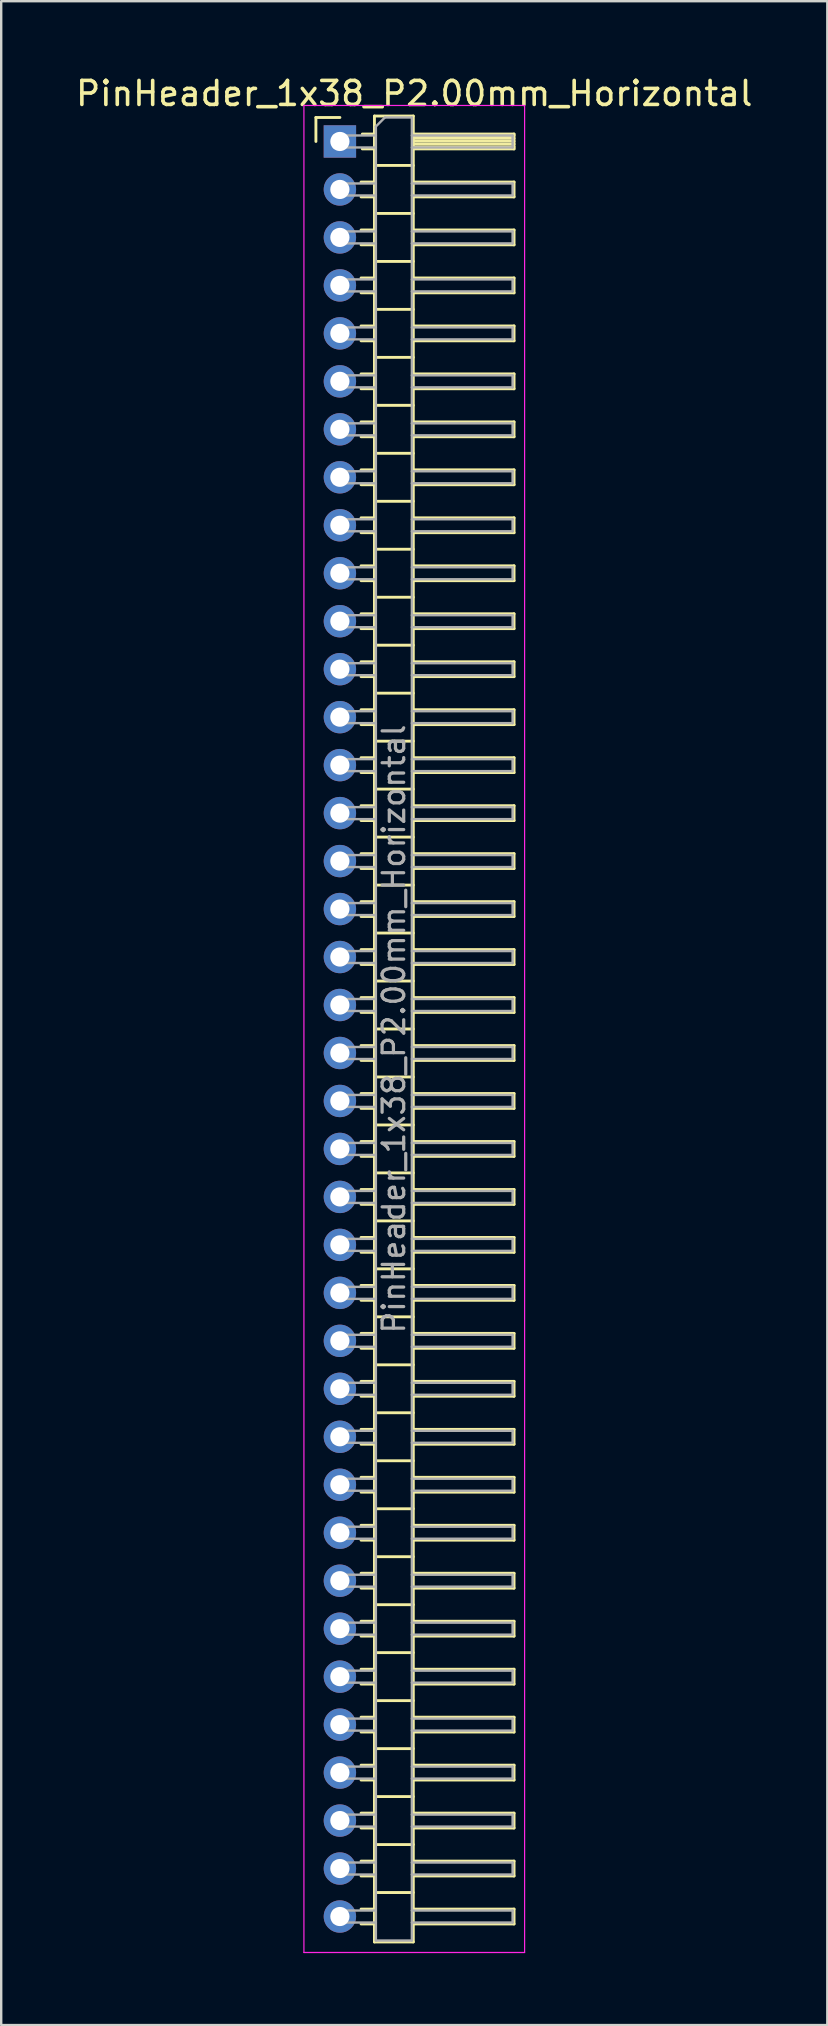
<source format=kicad_pcb>
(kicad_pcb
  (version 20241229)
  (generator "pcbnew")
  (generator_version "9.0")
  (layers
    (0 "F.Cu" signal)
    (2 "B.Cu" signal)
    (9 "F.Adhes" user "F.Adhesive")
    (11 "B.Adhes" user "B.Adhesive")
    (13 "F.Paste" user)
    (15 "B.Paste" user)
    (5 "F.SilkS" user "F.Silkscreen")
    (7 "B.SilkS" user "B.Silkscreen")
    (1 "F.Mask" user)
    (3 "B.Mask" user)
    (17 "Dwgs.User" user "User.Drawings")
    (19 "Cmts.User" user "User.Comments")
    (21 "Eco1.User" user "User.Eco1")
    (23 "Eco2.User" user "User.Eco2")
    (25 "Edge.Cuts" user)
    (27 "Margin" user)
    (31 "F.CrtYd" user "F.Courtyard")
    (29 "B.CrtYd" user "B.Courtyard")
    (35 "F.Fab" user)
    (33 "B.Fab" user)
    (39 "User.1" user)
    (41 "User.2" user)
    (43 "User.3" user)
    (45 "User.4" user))
  (footprint "PinHeader_1x38_P2.00mm_Horizontal"
    (layer "F.Cu")
    (at 11.12 2.848)
    (property "Reference" "PinHeader_1x38_P2.00mm_Horizontal" (at 3.1 -2 0) (layer "F.SilkS") (effects (font (size 1 1) (thickness 0.15))))
    (attr through_hole)
    (fp_line (start -1 -1) (end 0 -1) (stroke (width 0.12) (type solid)) (layer "F.SilkS"))
    (fp_line (start -1 0) (end -1 -1) (stroke (width 0.12) (type solid)) (layer "F.SilkS"))
    (fp_line (start 0.882 1.69) (end 1.44 1.69) (stroke (width 0.12) (type solid)) (layer "F.SilkS"))
    (fp_line (start 0.882 2.31) (end 1.44 2.31) (stroke (width 0.12) (type solid)) (layer "F.SilkS"))
    (fp_line (start 0.882 3.69) (end 1.44 3.69) (stroke (width 0.12) (type solid)) (layer "F.SilkS"))
    (fp_line (start 0.882 4.31) (end 1.44 4.31) (stroke (width 0.12) (type solid)) (layer "F.SilkS"))
    (fp_line (start 0.882 5.69) (end 1.44 5.69) (stroke (width 0.12) (type solid)) (layer "F.SilkS"))
    (fp_line (start 0.882 6.31) (end 1.44 6.31) (stroke (width 0.12) (type solid)) (layer "F.SilkS"))
    (fp_line (start 0.882 7.69) (end 1.44 7.69) (stroke (width 0.12) (type solid)) (layer "F.SilkS"))
    (fp_line (start 0.882 8.31) (end 1.44 8.31) (stroke (width 0.12) (type solid)) (layer "F.SilkS"))
    (fp_line (start 0.882 9.69) (end 1.44 9.69) (stroke (width 0.12) (type solid)) (layer "F.SilkS"))
    (fp_line (start 0.882 10.31) (end 1.44 10.31) (stroke (width 0.12) (type solid)) (layer "F.SilkS"))
    (fp_line (start 0.882 11.69) (end 1.44 11.69) (stroke (width 0.12) (type solid)) (layer "F.SilkS"))
    (fp_line (start 0.882 12.31) (end 1.44 12.31) (stroke (width 0.12) (type solid)) (layer "F.SilkS"))
    (fp_line (start 0.882 13.69) (end 1.44 13.69) (stroke (width 0.12) (type solid)) (layer "F.SilkS"))
    (fp_line (start 0.882 14.31) (end 1.44 14.31) (stroke (width 0.12) (type solid)) (layer "F.SilkS"))
    (fp_line (start 0.882 15.69) (end 1.44 15.69) (stroke (width 0.12) (type solid)) (layer "F.SilkS"))
    (fp_line (start 0.882 16.31) (end 1.44 16.31) (stroke (width 0.12) (type solid)) (layer "F.SilkS"))
    (fp_line (start 0.882 17.69) (end 1.44 17.69) (stroke (width 0.12) (type solid)) (layer "F.SilkS"))
    (fp_line (start 0.882 18.31) (end 1.44 18.31) (stroke (width 0.12) (type solid)) (layer "F.SilkS"))
    (fp_line (start 0.882 19.69) (end 1.44 19.69) (stroke (width 0.12) (type solid)) (layer "F.SilkS"))
    (fp_line (start 0.882 20.31) (end 1.44 20.31) (stroke (width 0.12) (type solid)) (layer "F.SilkS"))
    (fp_line (start 0.882 21.69) (end 1.44 21.69) (stroke (width 0.12) (type solid)) (layer "F.SilkS"))
    (fp_line (start 0.882 22.31) (end 1.44 22.31) (stroke (width 0.12) (type solid)) (layer "F.SilkS"))
    (fp_line (start 0.882 23.69) (end 1.44 23.69) (stroke (width 0.12) (type solid)) (layer "F.SilkS"))
    (fp_line (start 0.882 24.31) (end 1.44 24.31) (stroke (width 0.12) (type solid)) (layer "F.SilkS"))
    (fp_line (start 0.882 25.69) (end 1.44 25.69) (stroke (width 0.12) (type solid)) (layer "F.SilkS"))
    (fp_line (start 0.882 26.31) (end 1.44 26.31) (stroke (width 0.12) (type solid)) (layer "F.SilkS"))
    (fp_line (start 0.882 27.69) (end 1.44 27.69) (stroke (width 0.12) (type solid)) (layer "F.SilkS"))
    (fp_line (start 0.882 28.31) (end 1.44 28.31) (stroke (width 0.12) (type solid)) (layer "F.SilkS"))
    (fp_line (start 0.882 29.69) (end 1.44 29.69) (stroke (width 0.12) (type solid)) (layer "F.SilkS"))
    (fp_line (start 0.882 30.31) (end 1.44 30.31) (stroke (width 0.12) (type solid)) (layer "F.SilkS"))
    (fp_line (start 0.882 31.69) (end 1.44 31.69) (stroke (width 0.12) (type solid)) (layer "F.SilkS"))
    (fp_line (start 0.882 32.31) (end 1.44 32.31) (stroke (width 0.12) (type solid)) (layer "F.SilkS"))
    (fp_line (start 0.882 33.69) (end 1.44 33.69) (stroke (width 0.12) (type solid)) (layer "F.SilkS"))
    (fp_line (start 0.882 34.31) (end 1.44 34.31) (stroke (width 0.12) (type solid)) (layer "F.SilkS"))
    (fp_line (start 0.882 35.69) (end 1.44 35.69) (stroke (width 0.12) (type solid)) (layer "F.SilkS"))
    (fp_line (start 0.882 36.31) (end 1.44 36.31) (stroke (width 0.12) (type solid)) (layer "F.SilkS"))
    (fp_line (start 0.882 37.69) (end 1.44 37.69) (stroke (width 0.12) (type solid)) (layer "F.SilkS"))
    (fp_line (start 0.882 38.31) (end 1.44 38.31) (stroke (width 0.12) (type solid)) (layer "F.SilkS"))
    (fp_line (start 0.882 39.69) (end 1.44 39.69) (stroke (width 0.12) (type solid)) (layer "F.SilkS"))
    (fp_line (start 0.882 40.31) (end 1.44 40.31) (stroke (width 0.12) (type solid)) (layer "F.SilkS"))
    (fp_line (start 0.882 41.69) (end 1.44 41.69) (stroke (width 0.12) (type solid)) (layer "F.SilkS"))
    (fp_line (start 0.882 42.31) (end 1.44 42.31) (stroke (width 0.12) (type solid)) (layer "F.SilkS"))
    (fp_line (start 0.882 43.69) (end 1.44 43.69) (stroke (width 0.12) (type solid)) (layer "F.SilkS"))
    (fp_line (start 0.882 44.31) (end 1.44 44.31) (stroke (width 0.12) (type solid)) (layer "F.SilkS"))
    (fp_line (start 0.882 45.69) (end 1.44 45.69) (stroke (width 0.12) (type solid)) (layer "F.SilkS"))
    (fp_line (start 0.882 46.31) (end 1.44 46.31) (stroke (width 0.12) (type solid)) (layer "F.SilkS"))
    (fp_line (start 0.882 47.69) (end 1.44 47.69) (stroke (width 0.12) (type solid)) (layer "F.SilkS"))
    (fp_line (start 0.882 48.31) (end 1.44 48.31) (stroke (width 0.12) (type solid)) (layer "F.SilkS"))
    (fp_line (start 0.882 49.69) (end 1.44 49.69) (stroke (width 0.12) (type solid)) (layer "F.SilkS"))
    (fp_line (start 0.882 50.31) (end 1.44 50.31) (stroke (width 0.12) (type solid)) (layer "F.SilkS"))
    (fp_line (start 0.882 51.69) (end 1.44 51.69) (stroke (width 0.12) (type solid)) (layer "F.SilkS"))
    (fp_line (start 0.882 52.31) (end 1.44 52.31) (stroke (width 0.12) (type solid)) (layer "F.SilkS"))
    (fp_line (start 0.882 53.69) (end 1.44 53.69) (stroke (width 0.12) (type solid)) (layer "F.SilkS"))
    (fp_line (start 0.882 54.31) (end 1.44 54.31) (stroke (width 0.12) (type solid)) (layer "F.SilkS"))
    (fp_line (start 0.882 55.69) (end 1.44 55.69) (stroke (width 0.12) (type solid)) (layer "F.SilkS"))
    (fp_line (start 0.882 56.31) (end 1.44 56.31) (stroke (width 0.12) (type solid)) (layer "F.SilkS"))
    (fp_line (start 0.882 57.69) (end 1.44 57.69) (stroke (width 0.12) (type solid)) (layer "F.SilkS"))
    (fp_line (start 0.882 58.31) (end 1.44 58.31) (stroke (width 0.12) (type solid)) (layer "F.SilkS"))
    (fp_line (start 0.882 59.69) (end 1.44 59.69) (stroke (width 0.12) (type solid)) (layer "F.SilkS"))
    (fp_line (start 0.882 60.31) (end 1.44 60.31) (stroke (width 0.12) (type solid)) (layer "F.SilkS"))
    (fp_line (start 0.882 61.69) (end 1.44 61.69) (stroke (width 0.12) (type solid)) (layer "F.SilkS"))
    (fp_line (start 0.882 62.31) (end 1.44 62.31) (stroke (width 0.12) (type solid)) (layer "F.SilkS"))
    (fp_line (start 0.882 63.69) (end 1.44 63.69) (stroke (width 0.12) (type solid)) (layer "F.SilkS"))
    (fp_line (start 0.882 64.31) (end 1.44 64.31) (stroke (width 0.12) (type solid)) (layer "F.SilkS"))
    (fp_line (start 0.882 65.69) (end 1.44 65.69) (stroke (width 0.12) (type solid)) (layer "F.SilkS"))
    (fp_line (start 0.882 66.31) (end 1.44 66.31) (stroke (width 0.12) (type solid)) (layer "F.SilkS"))
    (fp_line (start 0.882 67.69) (end 1.44 67.69) (stroke (width 0.12) (type solid)) (layer "F.SilkS"))
    (fp_line (start 0.882 68.31) (end 1.44 68.31) (stroke (width 0.12) (type solid)) (layer "F.SilkS"))
    (fp_line (start 0.882 69.69) (end 1.44 69.69) (stroke (width 0.12) (type solid)) (layer "F.SilkS"))
    (fp_line (start 0.882 70.31) (end 1.44 70.31) (stroke (width 0.12) (type solid)) (layer "F.SilkS"))
    (fp_line (start 0.882 71.69) (end 1.44 71.69) (stroke (width 0.12) (type solid)) (layer "F.SilkS"))
    (fp_line (start 0.882 72.31) (end 1.44 72.31) (stroke (width 0.12) (type solid)) (layer "F.SilkS"))
    (fp_line (start 0.882 73.69) (end 1.44 73.69) (stroke (width 0.12) (type solid)) (layer "F.SilkS"))
    (fp_line (start 0.882 74.31) (end 1.44 74.31) (stroke (width 0.12) (type solid)) (layer "F.SilkS"))
    (fp_line (start 0.935 -0.31) (end 1.44 -0.31) (stroke (width 0.12) (type solid)) (layer "F.SilkS"))
    (fp_line (start 0.935 0.31) (end 1.44 0.31) (stroke (width 0.12) (type solid)) (layer "F.SilkS"))
    (fp_line (start 1.44 -1.06) (end 1.44 75.06) (stroke (width 0.12) (type solid)) (layer "F.SilkS"))
    (fp_line (start 1.44 1) (end 3.06 1) (stroke (width 0.12) (type solid)) (layer "F.SilkS"))
    (fp_line (start 1.44 3) (end 3.06 3) (stroke (width 0.12) (type solid)) (layer "F.SilkS"))
    (fp_line (start 1.44 5) (end 3.06 5) (stroke (width 0.12) (type solid)) (layer "F.SilkS"))
    (fp_line (start 1.44 7) (end 3.06 7) (stroke (width 0.12) (type solid)) (layer "F.SilkS"))
    (fp_line (start 1.44 9) (end 3.06 9) (stroke (width 0.12) (type solid)) (layer "F.SilkS"))
    (fp_line (start 1.44 11) (end 3.06 11) (stroke (width 0.12) (type solid)) (layer "F.SilkS"))
    (fp_line (start 1.44 13) (end 3.06 13) (stroke (width 0.12) (type solid)) (layer "F.SilkS"))
    (fp_line (start 1.44 15) (end 3.06 15) (stroke (width 0.12) (type solid)) (layer "F.SilkS"))
    (fp_line (start 1.44 17) (end 3.06 17) (stroke (width 0.12) (type solid)) (layer "F.SilkS"))
    (fp_line (start 1.44 19) (end 3.06 19) (stroke (width 0.12) (type solid)) (layer "F.SilkS"))
    (fp_line (start 1.44 21) (end 3.06 21) (stroke (width 0.12) (type solid)) (layer "F.SilkS"))
    (fp_line (start 1.44 23) (end 3.06 23) (stroke (width 0.12) (type solid)) (layer "F.SilkS"))
    (fp_line (start 1.44 25) (end 3.06 25) (stroke (width 0.12) (type solid)) (layer "F.SilkS"))
    (fp_line (start 1.44 27) (end 3.06 27) (stroke (width 0.12) (type solid)) (layer "F.SilkS"))
    (fp_line (start 1.44 29) (end 3.06 29) (stroke (width 0.12) (type solid)) (layer "F.SilkS"))
    (fp_line (start 1.44 31) (end 3.06 31) (stroke (width 0.12) (type solid)) (layer "F.SilkS"))
    (fp_line (start 1.44 33) (end 3.06 33) (stroke (width 0.12) (type solid)) (layer "F.SilkS"))
    (fp_line (start 1.44 35) (end 3.06 35) (stroke (width 0.12) (type solid)) (layer "F.SilkS"))
    (fp_line (start 1.44 37) (end 3.06 37) (stroke (width 0.12) (type solid)) (layer "F.SilkS"))
    (fp_line (start 1.44 39) (end 3.06 39) (stroke (width 0.12) (type solid)) (layer "F.SilkS"))
    (fp_line (start 1.44 41) (end 3.06 41) (stroke (width 0.12) (type solid)) (layer "F.SilkS"))
    (fp_line (start 1.44 43) (end 3.06 43) (stroke (width 0.12) (type solid)) (layer "F.SilkS"))
    (fp_line (start 1.44 45) (end 3.06 45) (stroke (width 0.12) (type solid)) (layer "F.SilkS"))
    (fp_line (start 1.44 47) (end 3.06 47) (stroke (width 0.12) (type solid)) (layer "F.SilkS"))
    (fp_line (start 1.44 49) (end 3.06 49) (stroke (width 0.12) (type solid)) (layer "F.SilkS"))
    (fp_line (start 1.44 51) (end 3.06 51) (stroke (width 0.12) (type solid)) (layer "F.SilkS"))
    (fp_line (start 1.44 53) (end 3.06 53) (stroke (width 0.12) (type solid)) (layer "F.SilkS"))
    (fp_line (start 1.44 55) (end 3.06 55) (stroke (width 0.12) (type solid)) (layer "F.SilkS"))
    (fp_line (start 1.44 57) (end 3.06 57) (stroke (width 0.12) (type solid)) (layer "F.SilkS"))
    (fp_line (start 1.44 59) (end 3.06 59) (stroke (width 0.12) (type solid)) (layer "F.SilkS"))
    (fp_line (start 1.44 61) (end 3.06 61) (stroke (width 0.12) (type solid)) (layer "F.SilkS"))
    (fp_line (start 1.44 63) (end 3.06 63) (stroke (width 0.12) (type solid)) (layer "F.SilkS"))
    (fp_line (start 1.44 65) (end 3.06 65) (stroke (width 0.12) (type solid)) (layer "F.SilkS"))
    (fp_line (start 1.44 67) (end 3.06 67) (stroke (width 0.12) (type solid)) (layer "F.SilkS"))
    (fp_line (start 1.44 69) (end 3.06 69) (stroke (width 0.12) (type solid)) (layer "F.SilkS"))
    (fp_line (start 1.44 71) (end 3.06 71) (stroke (width 0.12) (type solid)) (layer "F.SilkS"))
    (fp_line (start 1.44 73) (end 3.06 73) (stroke (width 0.12) (type solid)) (layer "F.SilkS"))
    (fp_line (start 1.44 75.06) (end 3.06 75.06) (stroke (width 0.12) (type solid)) (layer "F.SilkS"))
    (fp_line (start 3.06 -1.06) (end 1.44 -1.06) (stroke (width 0.12) (type solid)) (layer "F.SilkS"))
    (fp_line (start 3.06 -0.31) (end 7.26 -0.31) (stroke (width 0.12) (type solid)) (layer "F.SilkS"))
    (fp_line (start 3.06 -0.25) (end 7.26 -0.25) (stroke (width 0.12) (type solid)) (layer "F.SilkS"))
    (fp_line (start 3.06 -0.13) (end 7.26 -0.13) (stroke (width 0.12) (type solid)) (layer "F.SilkS"))
    (fp_line (start 3.06 -0.01) (end 7.26 -0.01) (stroke (width 0.12) (type solid)) (layer "F.SilkS"))
    (fp_line (start 3.06 0.11) (end 7.26 0.11) (stroke (width 0.12) (type solid)) (layer "F.SilkS"))
    (fp_line (start 3.06 0.23) (end 7.26 0.23) (stroke (width 0.12) (type solid)) (layer "F.SilkS"))
    (fp_line (start 3.06 1.69) (end 7.26 1.69) (stroke (width 0.12) (type solid)) (layer "F.SilkS"))
    (fp_line (start 3.06 3.69) (end 7.26 3.69) (stroke (width 0.12) (type solid)) (layer "F.SilkS"))
    (fp_line (start 3.06 5.69) (end 7.26 5.69) (stroke (width 0.12) (type solid)) (layer "F.SilkS"))
    (fp_line (start 3.06 7.69) (end 7.26 7.69) (stroke (width 0.12) (type solid)) (layer "F.SilkS"))
    (fp_line (start 3.06 9.69) (end 7.26 9.69) (stroke (width 0.12) (type solid)) (layer "F.SilkS"))
    (fp_line (start 3.06 11.69) (end 7.26 11.69) (stroke (width 0.12) (type solid)) (layer "F.SilkS"))
    (fp_line (start 3.06 13.69) (end 7.26 13.69) (stroke (width 0.12) (type solid)) (layer "F.SilkS"))
    (fp_line (start 3.06 15.69) (end 7.26 15.69) (stroke (width 0.12) (type solid)) (layer "F.SilkS"))
    (fp_line (start 3.06 17.69) (end 7.26 17.69) (stroke (width 0.12) (type solid)) (layer "F.SilkS"))
    (fp_line (start 3.06 19.69) (end 7.26 19.69) (stroke (width 0.12) (type solid)) (layer "F.SilkS"))
    (fp_line (start 3.06 21.69) (end 7.26 21.69) (stroke (width 0.12) (type solid)) (layer "F.SilkS"))
    (fp_line (start 3.06 23.69) (end 7.26 23.69) (stroke (width 0.12) (type solid)) (layer "F.SilkS"))
    (fp_line (start 3.06 25.69) (end 7.26 25.69) (stroke (width 0.12) (type solid)) (layer "F.SilkS"))
    (fp_line (start 3.06 27.69) (end 7.26 27.69) (stroke (width 0.12) (type solid)) (layer "F.SilkS"))
    (fp_line (start 3.06 29.69) (end 7.26 29.69) (stroke (width 0.12) (type solid)) (layer "F.SilkS"))
    (fp_line (start 3.06 31.69) (end 7.26 31.69) (stroke (width 0.12) (type solid)) (layer "F.SilkS"))
    (fp_line (start 3.06 33.69) (end 7.26 33.69) (stroke (width 0.12) (type solid)) (layer "F.SilkS"))
    (fp_line (start 3.06 35.69) (end 7.26 35.69) (stroke (width 0.12) (type solid)) (layer "F.SilkS"))
    (fp_line (start 3.06 37.69) (end 7.26 37.69) (stroke (width 0.12) (type solid)) (layer "F.SilkS"))
    (fp_line (start 3.06 39.69) (end 7.26 39.69) (stroke (width 0.12) (type solid)) (layer "F.SilkS"))
    (fp_line (start 3.06 41.69) (end 7.26 41.69) (stroke (width 0.12) (type solid)) (layer "F.SilkS"))
    (fp_line (start 3.06 43.69) (end 7.26 43.69) (stroke (width 0.12) (type solid)) (layer "F.SilkS"))
    (fp_line (start 3.06 45.69) (end 7.26 45.69) (stroke (width 0.12) (type solid)) (layer "F.SilkS"))
    (fp_line (start 3.06 47.69) (end 7.26 47.69) (stroke (width 0.12) (type solid)) (layer "F.SilkS"))
    (fp_line (start 3.06 49.69) (end 7.26 49.69) (stroke (width 0.12) (type solid)) (layer "F.SilkS"))
    (fp_line (start 3.06 51.69) (end 7.26 51.69) (stroke (width 0.12) (type solid)) (layer "F.SilkS"))
    (fp_line (start 3.06 53.69) (end 7.26 53.69) (stroke (width 0.12) (type solid)) (layer "F.SilkS"))
    (fp_line (start 3.06 55.69) (end 7.26 55.69) (stroke (width 0.12) (type solid)) (layer "F.SilkS"))
    (fp_line (start 3.06 57.69) (end 7.26 57.69) (stroke (width 0.12) (type solid)) (layer "F.SilkS"))
    (fp_line (start 3.06 59.69) (end 7.26 59.69) (stroke (width 0.12) (type solid)) (layer "F.SilkS"))
    (fp_line (start 3.06 61.69) (end 7.26 61.69) (stroke (width 0.12) (type solid)) (layer "F.SilkS"))
    (fp_line (start 3.06 63.69) (end 7.26 63.69) (stroke (width 0.12) (type solid)) (layer "F.SilkS"))
    (fp_line (start 3.06 65.69) (end 7.26 65.69) (stroke (width 0.12) (type solid)) (layer "F.SilkS"))
    (fp_line (start 3.06 67.69) (end 7.26 67.69) (stroke (width 0.12) (type solid)) (layer "F.SilkS"))
    (fp_line (start 3.06 69.69) (end 7.26 69.69) (stroke (width 0.12) (type solid)) (layer "F.SilkS"))
    (fp_line (start 3.06 71.69) (end 7.26 71.69) (stroke (width 0.12) (type solid)) (layer "F.SilkS"))
    (fp_line (start 3.06 73.69) (end 7.26 73.69) (stroke (width 0.12) (type solid)) (layer "F.SilkS"))
    (fp_line (start 3.06 75.06) (end 3.06 -1.06) (stroke (width 0.12) (type solid)) (layer "F.SilkS"))
    (fp_line (start 7.26 -0.31) (end 7.26 0.31) (stroke (width 0.12) (type solid)) (layer "F.SilkS"))
    (fp_line (start 7.26 0.31) (end 3.06 0.31) (stroke (width 0.12) (type solid)) (layer "F.SilkS"))
    (fp_line (start 7.26 1.69) (end 7.26 2.31) (stroke (width 0.12) (type solid)) (layer "F.SilkS"))
    (fp_line (start 7.26 2.31) (end 3.06 2.31) (stroke (width 0.12) (type solid)) (layer "F.SilkS"))
    (fp_line (start 7.26 3.69) (end 7.26 4.31) (stroke (width 0.12) (type solid)) (layer "F.SilkS"))
    (fp_line (start 7.26 4.31) (end 3.06 4.31) (stroke (width 0.12) (type solid)) (layer "F.SilkS"))
    (fp_line (start 7.26 5.69) (end 7.26 6.31) (stroke (width 0.12) (type solid)) (layer "F.SilkS"))
    (fp_line (start 7.26 6.31) (end 3.06 6.31) (stroke (width 0.12) (type solid)) (layer "F.SilkS"))
    (fp_line (start 7.26 7.69) (end 7.26 8.31) (stroke (width 0.12) (type solid)) (layer "F.SilkS"))
    (fp_line (start 7.26 8.31) (end 3.06 8.31) (stroke (width 0.12) (type solid)) (layer "F.SilkS"))
    (fp_line (start 7.26 9.69) (end 7.26 10.31) (stroke (width 0.12) (type solid)) (layer "F.SilkS"))
    (fp_line (start 7.26 10.31) (end 3.06 10.31) (stroke (width 0.12) (type solid)) (layer "F.SilkS"))
    (fp_line (start 7.26 11.69) (end 7.26 12.31) (stroke (width 0.12) (type solid)) (layer "F.SilkS"))
    (fp_line (start 7.26 12.31) (end 3.06 12.31) (stroke (width 0.12) (type solid)) (layer "F.SilkS"))
    (fp_line (start 7.26 13.69) (end 7.26 14.31) (stroke (width 0.12) (type solid)) (layer "F.SilkS"))
    (fp_line (start 7.26 14.31) (end 3.06 14.31) (stroke (width 0.12) (type solid)) (layer "F.SilkS"))
    (fp_line (start 7.26 15.69) (end 7.26 16.31) (stroke (width 0.12) (type solid)) (layer "F.SilkS"))
    (fp_line (start 7.26 16.31) (end 3.06 16.31) (stroke (width 0.12) (type solid)) (layer "F.SilkS"))
    (fp_line (start 7.26 17.69) (end 7.26 18.31) (stroke (width 0.12) (type solid)) (layer "F.SilkS"))
    (fp_line (start 7.26 18.31) (end 3.06 18.31) (stroke (width 0.12) (type solid)) (layer "F.SilkS"))
    (fp_line (start 7.26 19.69) (end 7.26 20.31) (stroke (width 0.12) (type solid)) (layer "F.SilkS"))
    (fp_line (start 7.26 20.31) (end 3.06 20.31) (stroke (width 0.12) (type solid)) (layer "F.SilkS"))
    (fp_line (start 7.26 21.69) (end 7.26 22.31) (stroke (width 0.12) (type solid)) (layer "F.SilkS"))
    (fp_line (start 7.26 22.31) (end 3.06 22.31) (stroke (width 0.12) (type solid)) (layer "F.SilkS"))
    (fp_line (start 7.26 23.69) (end 7.26 24.31) (stroke (width 0.12) (type solid)) (layer "F.SilkS"))
    (fp_line (start 7.26 24.31) (end 3.06 24.31) (stroke (width 0.12) (type solid)) (layer "F.SilkS"))
    (fp_line (start 7.26 25.69) (end 7.26 26.31) (stroke (width 0.12) (type solid)) (layer "F.SilkS"))
    (fp_line (start 7.26 26.31) (end 3.06 26.31) (stroke (width 0.12) (type solid)) (layer "F.SilkS"))
    (fp_line (start 7.26 27.69) (end 7.26 28.31) (stroke (width 0.12) (type solid)) (layer "F.SilkS"))
    (fp_line (start 7.26 28.31) (end 3.06 28.31) (stroke (width 0.12) (type solid)) (layer "F.SilkS"))
    (fp_line (start 7.26 29.69) (end 7.26 30.31) (stroke (width 0.12) (type solid)) (layer "F.SilkS"))
    (fp_line (start 7.26 30.31) (end 3.06 30.31) (stroke (width 0.12) (type solid)) (layer "F.SilkS"))
    (fp_line (start 7.26 31.69) (end 7.26 32.31) (stroke (width 0.12) (type solid)) (layer "F.SilkS"))
    (fp_line (start 7.26 32.31) (end 3.06 32.31) (stroke (width 0.12) (type solid)) (layer "F.SilkS"))
    (fp_line (start 7.26 33.69) (end 7.26 34.31) (stroke (width 0.12) (type solid)) (layer "F.SilkS"))
    (fp_line (start 7.26 34.31) (end 3.06 34.31) (stroke (width 0.12) (type solid)) (layer "F.SilkS"))
    (fp_line (start 7.26 35.69) (end 7.26 36.31) (stroke (width 0.12) (type solid)) (layer "F.SilkS"))
    (fp_line (start 7.26 36.31) (end 3.06 36.31) (stroke (width 0.12) (type solid)) (layer "F.SilkS"))
    (fp_line (start 7.26 37.69) (end 7.26 38.31) (stroke (width 0.12) (type solid)) (layer "F.SilkS"))
    (fp_line (start 7.26 38.31) (end 3.06 38.31) (stroke (width 0.12) (type solid)) (layer "F.SilkS"))
    (fp_line (start 7.26 39.69) (end 7.26 40.31) (stroke (width 0.12) (type solid)) (layer "F.SilkS"))
    (fp_line (start 7.26 40.31) (end 3.06 40.31) (stroke (width 0.12) (type solid)) (layer "F.SilkS"))
    (fp_line (start 7.26 41.69) (end 7.26 42.31) (stroke (width 0.12) (type solid)) (layer "F.SilkS"))
    (fp_line (start 7.26 42.31) (end 3.06 42.31) (stroke (width 0.12) (type solid)) (layer "F.SilkS"))
    (fp_line (start 7.26 43.69) (end 7.26 44.31) (stroke (width 0.12) (type solid)) (layer "F.SilkS"))
    (fp_line (start 7.26 44.31) (end 3.06 44.31) (stroke (width 0.12) (type solid)) (layer "F.SilkS"))
    (fp_line (start 7.26 45.69) (end 7.26 46.31) (stroke (width 0.12) (type solid)) (layer "F.SilkS"))
    (fp_line (start 7.26 46.31) (end 3.06 46.31) (stroke (width 0.12) (type solid)) (layer "F.SilkS"))
    (fp_line (start 7.26 47.69) (end 7.26 48.31) (stroke (width 0.12) (type solid)) (layer "F.SilkS"))
    (fp_line (start 7.26 48.31) (end 3.06 48.31) (stroke (width 0.12) (type solid)) (layer "F.SilkS"))
    (fp_line (start 7.26 49.69) (end 7.26 50.31) (stroke (width 0.12) (type solid)) (layer "F.SilkS"))
    (fp_line (start 7.26 50.31) (end 3.06 50.31) (stroke (width 0.12) (type solid)) (layer "F.SilkS"))
    (fp_line (start 7.26 51.69) (end 7.26 52.31) (stroke (width 0.12) (type solid)) (layer "F.SilkS"))
    (fp_line (start 7.26 52.31) (end 3.06 52.31) (stroke (width 0.12) (type solid)) (layer "F.SilkS"))
    (fp_line (start 7.26 53.69) (end 7.26 54.31) (stroke (width 0.12) (type solid)) (layer "F.SilkS"))
    (fp_line (start 7.26 54.31) (end 3.06 54.31) (stroke (width 0.12) (type solid)) (layer "F.SilkS"))
    (fp_line (start 7.26 55.69) (end 7.26 56.31) (stroke (width 0.12) (type solid)) (layer "F.SilkS"))
    (fp_line (start 7.26 56.31) (end 3.06 56.31) (stroke (width 0.12) (type solid)) (layer "F.SilkS"))
    (fp_line (start 7.26 57.69) (end 7.26 58.31) (stroke (width 0.12) (type solid)) (layer "F.SilkS"))
    (fp_line (start 7.26 58.31) (end 3.06 58.31) (stroke (width 0.12) (type solid)) (layer "F.SilkS"))
    (fp_line (start 7.26 59.69) (end 7.26 60.31) (stroke (width 0.12) (type solid)) (layer "F.SilkS"))
    (fp_line (start 7.26 60.31) (end 3.06 60.31) (stroke (width 0.12) (type solid)) (layer "F.SilkS"))
    (fp_line (start 7.26 61.69) (end 7.26 62.31) (stroke (width 0.12) (type solid)) (layer "F.SilkS"))
    (fp_line (start 7.26 62.31) (end 3.06 62.31) (stroke (width 0.12) (type solid)) (layer "F.SilkS"))
    (fp_line (start 7.26 63.69) (end 7.26 64.31) (stroke (width 0.12) (type solid)) (layer "F.SilkS"))
    (fp_line (start 7.26 64.31) (end 3.06 64.31) (stroke (width 0.12) (type solid)) (layer "F.SilkS"))
    (fp_line (start 7.26 65.69) (end 7.26 66.31) (stroke (width 0.12) (type solid)) (layer "F.SilkS"))
    (fp_line (start 7.26 66.31) (end 3.06 66.31) (stroke (width 0.12) (type solid)) (layer "F.SilkS"))
    (fp_line (start 7.26 67.69) (end 7.26 68.31) (stroke (width 0.12) (type solid)) (layer "F.SilkS"))
    (fp_line (start 7.26 68.31) (end 3.06 68.31) (stroke (width 0.12) (type solid)) (layer "F.SilkS"))
    (fp_line (start 7.26 69.69) (end 7.26 70.31) (stroke (width 0.12) (type solid)) (layer "F.SilkS"))
    (fp_line (start 7.26 70.31) (end 3.06 70.31) (stroke (width 0.12) (type solid)) (layer "F.SilkS"))
    (fp_line (start 7.26 71.69) (end 7.26 72.31) (stroke (width 0.12) (type solid)) (layer "F.SilkS"))
    (fp_line (start 7.26 72.31) (end 3.06 72.31) (stroke (width 0.12) (type solid)) (layer "F.SilkS"))
    (fp_line (start 7.26 73.69) (end 7.26 74.31) (stroke (width 0.12) (type solid)) (layer "F.SilkS"))
    (fp_line (start 7.26 74.31) (end 3.06 74.31) (stroke (width 0.12) (type solid)) (layer "F.SilkS"))
    (fp_line (start -1.5 -1.5) (end -1.5 75.5) (stroke (width 0.05) (type solid)) (layer "F.CrtYd"))
    (fp_line (start -1.5 75.5) (end 7.7 75.5) (stroke (width 0.05) (type solid)) (layer "F.CrtYd"))
    (fp_line (start 7.7 -1.5) (end -1.5 -1.5) (stroke (width 0.05) (type solid)) (layer "F.CrtYd"))
    (fp_line (start 7.7 75.5) (end 7.7 -1.5) (stroke (width 0.05) (type solid)) (layer "F.CrtYd"))
    (fp_line (start -0.25 -0.25) (end -0.25 0.25) (stroke (width 0.1) (type solid)) (layer "F.Fab"))
    (fp_line (start -0.25 -0.25) (end 1.5 -0.25) (stroke (width 0.1) (type solid)) (layer "F.Fab"))
    (fp_line (start -0.25 0.25) (end 1.5 0.25) (stroke (width 0.1) (type solid)) (layer "F.Fab"))
    (fp_line (start -0.25 1.75) (end -0.25 2.25) (stroke (width 0.1) (type solid)) (layer "F.Fab"))
    (fp_line (start -0.25 1.75) (end 1.5 1.75) (stroke (width 0.1) (type solid)) (layer "F.Fab"))
    (fp_line (start -0.25 2.25) (end 1.5 2.25) (stroke (width 0.1) (type solid)) (layer "F.Fab"))
    (fp_line (start -0.25 3.75) (end -0.25 4.25) (stroke (width 0.1) (type solid)) (layer "F.Fab"))
    (fp_line (start -0.25 3.75) (end 1.5 3.75) (stroke (width 0.1) (type solid)) (layer "F.Fab"))
    (fp_line (start -0.25 4.25) (end 1.5 4.25) (stroke (width 0.1) (type solid)) (layer "F.Fab"))
    (fp_line (start -0.25 5.75) (end -0.25 6.25) (stroke (width 0.1) (type solid)) (layer "F.Fab"))
    (fp_line (start -0.25 5.75) (end 1.5 5.75) (stroke (width 0.1) (type solid)) (layer "F.Fab"))
    (fp_line (start -0.25 6.25) (end 1.5 6.25) (stroke (width 0.1) (type solid)) (layer "F.Fab"))
    (fp_line (start -0.25 7.75) (end -0.25 8.25) (stroke (width 0.1) (type solid)) (layer "F.Fab"))
    (fp_line (start -0.25 7.75) (end 1.5 7.75) (stroke (width 0.1) (type solid)) (layer "F.Fab"))
    (fp_line (start -0.25 8.25) (end 1.5 8.25) (stroke (width 0.1) (type solid)) (layer "F.Fab"))
    (fp_line (start -0.25 9.75) (end -0.25 10.25) (stroke (width 0.1) (type solid)) (layer "F.Fab"))
    (fp_line (start -0.25 9.75) (end 1.5 9.75) (stroke (width 0.1) (type solid)) (layer "F.Fab"))
    (fp_line (start -0.25 10.25) (end 1.5 10.25) (stroke (width 0.1) (type solid)) (layer "F.Fab"))
    (fp_line (start -0.25 11.75) (end -0.25 12.25) (stroke (width 0.1) (type solid)) (layer "F.Fab"))
    (fp_line (start -0.25 11.75) (end 1.5 11.75) (stroke (width 0.1) (type solid)) (layer "F.Fab"))
    (fp_line (start -0.25 12.25) (end 1.5 12.25) (stroke (width 0.1) (type solid)) (layer "F.Fab"))
    (fp_line (start -0.25 13.75) (end -0.25 14.25) (stroke (width 0.1) (type solid)) (layer "F.Fab"))
    (fp_line (start -0.25 13.75) (end 1.5 13.75) (stroke (width 0.1) (type solid)) (layer "F.Fab"))
    (fp_line (start -0.25 14.25) (end 1.5 14.25) (stroke (width 0.1) (type solid)) (layer "F.Fab"))
    (fp_line (start -0.25 15.75) (end -0.25 16.25) (stroke (width 0.1) (type solid)) (layer "F.Fab"))
    (fp_line (start -0.25 15.75) (end 1.5 15.75) (stroke (width 0.1) (type solid)) (layer "F.Fab"))
    (fp_line (start -0.25 16.25) (end 1.5 16.25) (stroke (width 0.1) (type solid)) (layer "F.Fab"))
    (fp_line (start -0.25 17.75) (end -0.25 18.25) (stroke (width 0.1) (type solid)) (layer "F.Fab"))
    (fp_line (start -0.25 17.75) (end 1.5 17.75) (stroke (width 0.1) (type solid)) (layer "F.Fab"))
    (fp_line (start -0.25 18.25) (end 1.5 18.25) (stroke (width 0.1) (type solid)) (layer "F.Fab"))
    (fp_line (start -0.25 19.75) (end -0.25 20.25) (stroke (width 0.1) (type solid)) (layer "F.Fab"))
    (fp_line (start -0.25 19.75) (end 1.5 19.75) (stroke (width 0.1) (type solid)) (layer "F.Fab"))
    (fp_line (start -0.25 20.25) (end 1.5 20.25) (stroke (width 0.1) (type solid)) (layer "F.Fab"))
    (fp_line (start -0.25 21.75) (end -0.25 22.25) (stroke (width 0.1) (type solid)) (layer "F.Fab"))
    (fp_line (start -0.25 21.75) (end 1.5 21.75) (stroke (width 0.1) (type solid)) (layer "F.Fab"))
    (fp_line (start -0.25 22.25) (end 1.5 22.25) (stroke (width 0.1) (type solid)) (layer "F.Fab"))
    (fp_line (start -0.25 23.75) (end -0.25 24.25) (stroke (width 0.1) (type solid)) (layer "F.Fab"))
    (fp_line (start -0.25 23.75) (end 1.5 23.75) (stroke (width 0.1) (type solid)) (layer "F.Fab"))
    (fp_line (start -0.25 24.25) (end 1.5 24.25) (stroke (width 0.1) (type solid)) (layer "F.Fab"))
    (fp_line (start -0.25 25.75) (end -0.25 26.25) (stroke (width 0.1) (type solid)) (layer "F.Fab"))
    (fp_line (start -0.25 25.75) (end 1.5 25.75) (stroke (width 0.1) (type solid)) (layer "F.Fab"))
    (fp_line (start -0.25 26.25) (end 1.5 26.25) (stroke (width 0.1) (type solid)) (layer "F.Fab"))
    (fp_line (start -0.25 27.75) (end -0.25 28.25) (stroke (width 0.1) (type solid)) (layer "F.Fab"))
    (fp_line (start -0.25 27.75) (end 1.5 27.75) (stroke (width 0.1) (type solid)) (layer "F.Fab"))
    (fp_line (start -0.25 28.25) (end 1.5 28.25) (stroke (width 0.1) (type solid)) (layer "F.Fab"))
    (fp_line (start -0.25 29.75) (end -0.25 30.25) (stroke (width 0.1) (type solid)) (layer "F.Fab"))
    (fp_line (start -0.25 29.75) (end 1.5 29.75) (stroke (width 0.1) (type solid)) (layer "F.Fab"))
    (fp_line (start -0.25 30.25) (end 1.5 30.25) (stroke (width 0.1) (type solid)) (layer "F.Fab"))
    (fp_line (start -0.25 31.75) (end -0.25 32.25) (stroke (width 0.1) (type solid)) (layer "F.Fab"))
    (fp_line (start -0.25 31.75) (end 1.5 31.75) (stroke (width 0.1) (type solid)) (layer "F.Fab"))
    (fp_line (start -0.25 32.25) (end 1.5 32.25) (stroke (width 0.1) (type solid)) (layer "F.Fab"))
    (fp_line (start -0.25 33.75) (end -0.25 34.25) (stroke (width 0.1) (type solid)) (layer "F.Fab"))
    (fp_line (start -0.25 33.75) (end 1.5 33.75) (stroke (width 0.1) (type solid)) (layer "F.Fab"))
    (fp_line (start -0.25 34.25) (end 1.5 34.25) (stroke (width 0.1) (type solid)) (layer "F.Fab"))
    (fp_line (start -0.25 35.75) (end -0.25 36.25) (stroke (width 0.1) (type solid)) (layer "F.Fab"))
    (fp_line (start -0.25 35.75) (end 1.5 35.75) (stroke (width 0.1) (type solid)) (layer "F.Fab"))
    (fp_line (start -0.25 36.25) (end 1.5 36.25) (stroke (width 0.1) (type solid)) (layer "F.Fab"))
    (fp_line (start -0.25 37.75) (end -0.25 38.25) (stroke (width 0.1) (type solid)) (layer "F.Fab"))
    (fp_line (start -0.25 37.75) (end 1.5 37.75) (stroke (width 0.1) (type solid)) (layer "F.Fab"))
    (fp_line (start -0.25 38.25) (end 1.5 38.25) (stroke (width 0.1) (type solid)) (layer "F.Fab"))
    (fp_line (start -0.25 39.75) (end -0.25 40.25) (stroke (width 0.1) (type solid)) (layer "F.Fab"))
    (fp_line (start -0.25 39.75) (end 1.5 39.75) (stroke (width 0.1) (type solid)) (layer "F.Fab"))
    (fp_line (start -0.25 40.25) (end 1.5 40.25) (stroke (width 0.1) (type solid)) (layer "F.Fab"))
    (fp_line (start -0.25 41.75) (end -0.25 42.25) (stroke (width 0.1) (type solid)) (layer "F.Fab"))
    (fp_line (start -0.25 41.75) (end 1.5 41.75) (stroke (width 0.1) (type solid)) (layer "F.Fab"))
    (fp_line (start -0.25 42.25) (end 1.5 42.25) (stroke (width 0.1) (type solid)) (layer "F.Fab"))
    (fp_line (start -0.25 43.75) (end -0.25 44.25) (stroke (width 0.1) (type solid)) (layer "F.Fab"))
    (fp_line (start -0.25 43.75) (end 1.5 43.75) (stroke (width 0.1) (type solid)) (layer "F.Fab"))
    (fp_line (start -0.25 44.25) (end 1.5 44.25) (stroke (width 0.1) (type solid)) (layer "F.Fab"))
    (fp_line (start -0.25 45.75) (end -0.25 46.25) (stroke (width 0.1) (type solid)) (layer "F.Fab"))
    (fp_line (start -0.25 45.75) (end 1.5 45.75) (stroke (width 0.1) (type solid)) (layer "F.Fab"))
    (fp_line (start -0.25 46.25) (end 1.5 46.25) (stroke (width 0.1) (type solid)) (layer "F.Fab"))
    (fp_line (start -0.25 47.75) (end -0.25 48.25) (stroke (width 0.1) (type solid)) (layer "F.Fab"))
    (fp_line (start -0.25 47.75) (end 1.5 47.75) (stroke (width 0.1) (type solid)) (layer "F.Fab"))
    (fp_line (start -0.25 48.25) (end 1.5 48.25) (stroke (width 0.1) (type solid)) (layer "F.Fab"))
    (fp_line (start -0.25 49.75) (end -0.25 50.25) (stroke (width 0.1) (type solid)) (layer "F.Fab"))
    (fp_line (start -0.25 49.75) (end 1.5 49.75) (stroke (width 0.1) (type solid)) (layer "F.Fab"))
    (fp_line (start -0.25 50.25) (end 1.5 50.25) (stroke (width 0.1) (type solid)) (layer "F.Fab"))
    (fp_line (start -0.25 51.75) (end -0.25 52.25) (stroke (width 0.1) (type solid)) (layer "F.Fab"))
    (fp_line (start -0.25 51.75) (end 1.5 51.75) (stroke (width 0.1) (type solid)) (layer "F.Fab"))
    (fp_line (start -0.25 52.25) (end 1.5 52.25) (stroke (width 0.1) (type solid)) (layer "F.Fab"))
    (fp_line (start -0.25 53.75) (end -0.25 54.25) (stroke (width 0.1) (type solid)) (layer "F.Fab"))
    (fp_line (start -0.25 53.75) (end 1.5 53.75) (stroke (width 0.1) (type solid)) (layer "F.Fab"))
    (fp_line (start -0.25 54.25) (end 1.5 54.25) (stroke (width 0.1) (type solid)) (layer "F.Fab"))
    (fp_line (start -0.25 55.75) (end -0.25 56.25) (stroke (width 0.1) (type solid)) (layer "F.Fab"))
    (fp_line (start -0.25 55.75) (end 1.5 55.75) (stroke (width 0.1) (type solid)) (layer "F.Fab"))
    (fp_line (start -0.25 56.25) (end 1.5 56.25) (stroke (width 0.1) (type solid)) (layer "F.Fab"))
    (fp_line (start -0.25 57.75) (end -0.25 58.25) (stroke (width 0.1) (type solid)) (layer "F.Fab"))
    (fp_line (start -0.25 57.75) (end 1.5 57.75) (stroke (width 0.1) (type solid)) (layer "F.Fab"))
    (fp_line (start -0.25 58.25) (end 1.5 58.25) (stroke (width 0.1) (type solid)) (layer "F.Fab"))
    (fp_line (start -0.25 59.75) (end -0.25 60.25) (stroke (width 0.1) (type solid)) (layer "F.Fab"))
    (fp_line (start -0.25 59.75) (end 1.5 59.75) (stroke (width 0.1) (type solid)) (layer "F.Fab"))
    (fp_line (start -0.25 60.25) (end 1.5 60.25) (stroke (width 0.1) (type solid)) (layer "F.Fab"))
    (fp_line (start -0.25 61.75) (end -0.25 62.25) (stroke (width 0.1) (type solid)) (layer "F.Fab"))
    (fp_line (start -0.25 61.75) (end 1.5 61.75) (stroke (width 0.1) (type solid)) (layer "F.Fab"))
    (fp_line (start -0.25 62.25) (end 1.5 62.25) (stroke (width 0.1) (type solid)) (layer "F.Fab"))
    (fp_line (start -0.25 63.75) (end -0.25 64.25) (stroke (width 0.1) (type solid)) (layer "F.Fab"))
    (fp_line (start -0.25 63.75) (end 1.5 63.75) (stroke (width 0.1) (type solid)) (layer "F.Fab"))
    (fp_line (start -0.25 64.25) (end 1.5 64.25) (stroke (width 0.1) (type solid)) (layer "F.Fab"))
    (fp_line (start -0.25 65.75) (end -0.25 66.25) (stroke (width 0.1) (type solid)) (layer "F.Fab"))
    (fp_line (start -0.25 65.75) (end 1.5 65.75) (stroke (width 0.1) (type solid)) (layer "F.Fab"))
    (fp_line (start -0.25 66.25) (end 1.5 66.25) (stroke (width 0.1) (type solid)) (layer "F.Fab"))
    (fp_line (start -0.25 67.75) (end -0.25 68.25) (stroke (width 0.1) (type solid)) (layer "F.Fab"))
    (fp_line (start -0.25 67.75) (end 1.5 67.75) (stroke (width 0.1) (type solid)) (layer "F.Fab"))
    (fp_line (start -0.25 68.25) (end 1.5 68.25) (stroke (width 0.1) (type solid)) (layer "F.Fab"))
    (fp_line (start -0.25 69.75) (end -0.25 70.25) (stroke (width 0.1) (type solid)) (layer "F.Fab"))
    (fp_line (start -0.25 69.75) (end 1.5 69.75) (stroke (width 0.1) (type solid)) (layer "F.Fab"))
    (fp_line (start -0.25 70.25) (end 1.5 70.25) (stroke (width 0.1) (type solid)) (layer "F.Fab"))
    (fp_line (start -0.25 71.75) (end -0.25 72.25) (stroke (width 0.1) (type solid)) (layer "F.Fab"))
    (fp_line (start -0.25 71.75) (end 1.5 71.75) (stroke (width 0.1) (type solid)) (layer "F.Fab"))
    (fp_line (start -0.25 72.25) (end 1.5 72.25) (stroke (width 0.1) (type solid)) (layer "F.Fab"))
    (fp_line (start -0.25 73.75) (end -0.25 74.25) (stroke (width 0.1) (type solid)) (layer "F.Fab"))
    (fp_line (start -0.25 73.75) (end 1.5 73.75) (stroke (width 0.1) (type solid)) (layer "F.Fab"))
    (fp_line (start -0.25 74.25) (end 1.5 74.25) (stroke (width 0.1) (type solid)) (layer "F.Fab"))
    (fp_line (start 1.5 -0.625) (end 1.875 -1) (stroke (width 0.1) (type solid)) (layer "F.Fab"))
    (fp_line (start 1.5 75) (end 1.5 -0.625) (stroke (width 0.1) (type solid)) (layer "F.Fab"))
    (fp_line (start 1.875 -1) (end 3 -1) (stroke (width 0.1) (type solid)) (layer "F.Fab"))
    (fp_line (start 3 -1) (end 3 75) (stroke (width 0.1) (type solid)) (layer "F.Fab"))
    (fp_line (start 3 -0.25) (end 7.2 -0.25) (stroke (width 0.1) (type solid)) (layer "F.Fab"))
    (fp_line (start 3 0.25) (end 7.2 0.25) (stroke (width 0.1) (type solid)) (layer "F.Fab"))
    (fp_line (start 3 1.75) (end 7.2 1.75) (stroke (width 0.1) (type solid)) (layer "F.Fab"))
    (fp_line (start 3 2.25) (end 7.2 2.25) (stroke (width 0.1) (type solid)) (layer "F.Fab"))
    (fp_line (start 3 3.75) (end 7.2 3.75) (stroke (width 0.1) (type solid)) (layer "F.Fab"))
    (fp_line (start 3 4.25) (end 7.2 4.25) (stroke (width 0.1) (type solid)) (layer "F.Fab"))
    (fp_line (start 3 5.75) (end 7.2 5.75) (stroke (width 0.1) (type solid)) (layer "F.Fab"))
    (fp_line (start 3 6.25) (end 7.2 6.25) (stroke (width 0.1) (type solid)) (layer "F.Fab"))
    (fp_line (start 3 7.75) (end 7.2 7.75) (stroke (width 0.1) (type solid)) (layer "F.Fab"))
    (fp_line (start 3 8.25) (end 7.2 8.25) (stroke (width 0.1) (type solid)) (layer "F.Fab"))
    (fp_line (start 3 9.75) (end 7.2 9.75) (stroke (width 0.1) (type solid)) (layer "F.Fab"))
    (fp_line (start 3 10.25) (end 7.2 10.25) (stroke (width 0.1) (type solid)) (layer "F.Fab"))
    (fp_line (start 3 11.75) (end 7.2 11.75) (stroke (width 0.1) (type solid)) (layer "F.Fab"))
    (fp_line (start 3 12.25) (end 7.2 12.25) (stroke (width 0.1) (type solid)) (layer "F.Fab"))
    (fp_line (start 3 13.75) (end 7.2 13.75) (stroke (width 0.1) (type solid)) (layer "F.Fab"))
    (fp_line (start 3 14.25) (end 7.2 14.25) (stroke (width 0.1) (type solid)) (layer "F.Fab"))
    (fp_line (start 3 15.75) (end 7.2 15.75) (stroke (width 0.1) (type solid)) (layer "F.Fab"))
    (fp_line (start 3 16.25) (end 7.2 16.25) (stroke (width 0.1) (type solid)) (layer "F.Fab"))
    (fp_line (start 3 17.75) (end 7.2 17.75) (stroke (width 0.1) (type solid)) (layer "F.Fab"))
    (fp_line (start 3 18.25) (end 7.2 18.25) (stroke (width 0.1) (type solid)) (layer "F.Fab"))
    (fp_line (start 3 19.75) (end 7.2 19.75) (stroke (width 0.1) (type solid)) (layer "F.Fab"))
    (fp_line (start 3 20.25) (end 7.2 20.25) (stroke (width 0.1) (type solid)) (layer "F.Fab"))
    (fp_line (start 3 21.75) (end 7.2 21.75) (stroke (width 0.1) (type solid)) (layer "F.Fab"))
    (fp_line (start 3 22.25) (end 7.2 22.25) (stroke (width 0.1) (type solid)) (layer "F.Fab"))
    (fp_line (start 3 23.75) (end 7.2 23.75) (stroke (width 0.1) (type solid)) (layer "F.Fab"))
    (fp_line (start 3 24.25) (end 7.2 24.25) (stroke (width 0.1) (type solid)) (layer "F.Fab"))
    (fp_line (start 3 25.75) (end 7.2 25.75) (stroke (width 0.1) (type solid)) (layer "F.Fab"))
    (fp_line (start 3 26.25) (end 7.2 26.25) (stroke (width 0.1) (type solid)) (layer "F.Fab"))
    (fp_line (start 3 27.75) (end 7.2 27.75) (stroke (width 0.1) (type solid)) (layer "F.Fab"))
    (fp_line (start 3 28.25) (end 7.2 28.25) (stroke (width 0.1) (type solid)) (layer "F.Fab"))
    (fp_line (start 3 29.75) (end 7.2 29.75) (stroke (width 0.1) (type solid)) (layer "F.Fab"))
    (fp_line (start 3 30.25) (end 7.2 30.25) (stroke (width 0.1) (type solid)) (layer "F.Fab"))
    (fp_line (start 3 31.75) (end 7.2 31.75) (stroke (width 0.1) (type solid)) (layer "F.Fab"))
    (fp_line (start 3 32.25) (end 7.2 32.25) (stroke (width 0.1) (type solid)) (layer "F.Fab"))
    (fp_line (start 3 33.75) (end 7.2 33.75) (stroke (width 0.1) (type solid)) (layer "F.Fab"))
    (fp_line (start 3 34.25) (end 7.2 34.25) (stroke (width 0.1) (type solid)) (layer "F.Fab"))
    (fp_line (start 3 35.75) (end 7.2 35.75) (stroke (width 0.1) (type solid)) (layer "F.Fab"))
    (fp_line (start 3 36.25) (end 7.2 36.25) (stroke (width 0.1) (type solid)) (layer "F.Fab"))
    (fp_line (start 3 37.75) (end 7.2 37.75) (stroke (width 0.1) (type solid)) (layer "F.Fab"))
    (fp_line (start 3 38.25) (end 7.2 38.25) (stroke (width 0.1) (type solid)) (layer "F.Fab"))
    (fp_line (start 3 39.75) (end 7.2 39.75) (stroke (width 0.1) (type solid)) (layer "F.Fab"))
    (fp_line (start 3 40.25) (end 7.2 40.25) (stroke (width 0.1) (type solid)) (layer "F.Fab"))
    (fp_line (start 3 41.75) (end 7.2 41.75) (stroke (width 0.1) (type solid)) (layer "F.Fab"))
    (fp_line (start 3 42.25) (end 7.2 42.25) (stroke (width 0.1) (type solid)) (layer "F.Fab"))
    (fp_line (start 3 43.75) (end 7.2 43.75) (stroke (width 0.1) (type solid)) (layer "F.Fab"))
    (fp_line (start 3 44.25) (end 7.2 44.25) (stroke (width 0.1) (type solid)) (layer "F.Fab"))
    (fp_line (start 3 45.75) (end 7.2 45.75) (stroke (width 0.1) (type solid)) (layer "F.Fab"))
    (fp_line (start 3 46.25) (end 7.2 46.25) (stroke (width 0.1) (type solid)) (layer "F.Fab"))
    (fp_line (start 3 47.75) (end 7.2 47.75) (stroke (width 0.1) (type solid)) (layer "F.Fab"))
    (fp_line (start 3 48.25) (end 7.2 48.25) (stroke (width 0.1) (type solid)) (layer "F.Fab"))
    (fp_line (start 3 49.75) (end 7.2 49.75) (stroke (width 0.1) (type solid)) (layer "F.Fab"))
    (fp_line (start 3 50.25) (end 7.2 50.25) (stroke (width 0.1) (type solid)) (layer "F.Fab"))
    (fp_line (start 3 51.75) (end 7.2 51.75) (stroke (width 0.1) (type solid)) (layer "F.Fab"))
    (fp_line (start 3 52.25) (end 7.2 52.25) (stroke (width 0.1) (type solid)) (layer "F.Fab"))
    (fp_line (start 3 53.75) (end 7.2 53.75) (stroke (width 0.1) (type solid)) (layer "F.Fab"))
    (fp_line (start 3 54.25) (end 7.2 54.25) (stroke (width 0.1) (type solid)) (layer "F.Fab"))
    (fp_line (start 3 55.75) (end 7.2 55.75) (stroke (width 0.1) (type solid)) (layer "F.Fab"))
    (fp_line (start 3 56.25) (end 7.2 56.25) (stroke (width 0.1) (type solid)) (layer "F.Fab"))
    (fp_line (start 3 57.75) (end 7.2 57.75) (stroke (width 0.1) (type solid)) (layer "F.Fab"))
    (fp_line (start 3 58.25) (end 7.2 58.25) (stroke (width 0.1) (type solid)) (layer "F.Fab"))
    (fp_line (start 3 59.75) (end 7.2 59.75) (stroke (width 0.1) (type solid)) (layer "F.Fab"))
    (fp_line (start 3 60.25) (end 7.2 60.25) (stroke (width 0.1) (type solid)) (layer "F.Fab"))
    (fp_line (start 3 61.75) (end 7.2 61.75) (stroke (width 0.1) (type solid)) (layer "F.Fab"))
    (fp_line (start 3 62.25) (end 7.2 62.25) (stroke (width 0.1) (type solid)) (layer "F.Fab"))
    (fp_line (start 3 63.75) (end 7.2 63.75) (stroke (width 0.1) (type solid)) (layer "F.Fab"))
    (fp_line (start 3 64.25) (end 7.2 64.25) (stroke (width 0.1) (type solid)) (layer "F.Fab"))
    (fp_line (start 3 65.75) (end 7.2 65.75) (stroke (width 0.1) (type solid)) (layer "F.Fab"))
    (fp_line (start 3 66.25) (end 7.2 66.25) (stroke (width 0.1) (type solid)) (layer "F.Fab"))
    (fp_line (start 3 67.75) (end 7.2 67.75) (stroke (width 0.1) (type solid)) (layer "F.Fab"))
    (fp_line (start 3 68.25) (end 7.2 68.25) (stroke (width 0.1) (type solid)) (layer "F.Fab"))
    (fp_line (start 3 69.75) (end 7.2 69.75) (stroke (width 0.1) (type solid)) (layer "F.Fab"))
    (fp_line (start 3 70.25) (end 7.2 70.25) (stroke (width 0.1) (type solid)) (layer "F.Fab"))
    (fp_line (start 3 71.75) (end 7.2 71.75) (stroke (width 0.1) (type solid)) (layer "F.Fab"))
    (fp_line (start 3 72.25) (end 7.2 72.25) (stroke (width 0.1) (type solid)) (layer "F.Fab"))
    (fp_line (start 3 73.75) (end 7.2 73.75) (stroke (width 0.1) (type solid)) (layer "F.Fab"))
    (fp_line (start 3 74.25) (end 7.2 74.25) (stroke (width 0.1) (type solid)) (layer "F.Fab"))
    (fp_line (start 3 75) (end 1.5 75) (stroke (width 0.1) (type solid)) (layer "F.Fab"))
    (fp_line (start 7.2 -0.25) (end 7.2 0.25) (stroke (width 0.1) (type solid)) (layer "F.Fab"))
    (fp_line (start 7.2 1.75) (end 7.2 2.25) (stroke (width 0.1) (type solid)) (layer "F.Fab"))
    (fp_line (start 7.2 3.75) (end 7.2 4.25) (stroke (width 0.1) (type solid)) (layer "F.Fab"))
    (fp_line (start 7.2 5.75) (end 7.2 6.25) (stroke (width 0.1) (type solid)) (layer "F.Fab"))
    (fp_line (start 7.2 7.75) (end 7.2 8.25) (stroke (width 0.1) (type solid)) (layer "F.Fab"))
    (fp_line (start 7.2 9.75) (end 7.2 10.25) (stroke (width 0.1) (type solid)) (layer "F.Fab"))
    (fp_line (start 7.2 11.75) (end 7.2 12.25) (stroke (width 0.1) (type solid)) (layer "F.Fab"))
    (fp_line (start 7.2 13.75) (end 7.2 14.25) (stroke (width 0.1) (type solid)) (layer "F.Fab"))
    (fp_line (start 7.2 15.75) (end 7.2 16.25) (stroke (width 0.1) (type solid)) (layer "F.Fab"))
    (fp_line (start 7.2 17.75) (end 7.2 18.25) (stroke (width 0.1) (type solid)) (layer "F.Fab"))
    (fp_line (start 7.2 19.75) (end 7.2 20.25) (stroke (width 0.1) (type solid)) (layer "F.Fab"))
    (fp_line (start 7.2 21.75) (end 7.2 22.25) (stroke (width 0.1) (type solid)) (layer "F.Fab"))
    (fp_line (start 7.2 23.75) (end 7.2 24.25) (stroke (width 0.1) (type solid)) (layer "F.Fab"))
    (fp_line (start 7.2 25.75) (end 7.2 26.25) (stroke (width 0.1) (type solid)) (layer "F.Fab"))
    (fp_line (start 7.2 27.75) (end 7.2 28.25) (stroke (width 0.1) (type solid)) (layer "F.Fab"))
    (fp_line (start 7.2 29.75) (end 7.2 30.25) (stroke (width 0.1) (type solid)) (layer "F.Fab"))
    (fp_line (start 7.2 31.75) (end 7.2 32.25) (stroke (width 0.1) (type solid)) (layer "F.Fab"))
    (fp_line (start 7.2 33.75) (end 7.2 34.25) (stroke (width 0.1) (type solid)) (layer "F.Fab"))
    (fp_line (start 7.2 35.75) (end 7.2 36.25) (stroke (width 0.1) (type solid)) (layer "F.Fab"))
    (fp_line (start 7.2 37.75) (end 7.2 38.25) (stroke (width 0.1) (type solid)) (layer "F.Fab"))
    (fp_line (start 7.2 39.75) (end 7.2 40.25) (stroke (width 0.1) (type solid)) (layer "F.Fab"))
    (fp_line (start 7.2 41.75) (end 7.2 42.25) (stroke (width 0.1) (type solid)) (layer "F.Fab"))
    (fp_line (start 7.2 43.75) (end 7.2 44.25) (stroke (width 0.1) (type solid)) (layer "F.Fab"))
    (fp_line (start 7.2 45.75) (end 7.2 46.25) (stroke (width 0.1) (type solid)) (layer "F.Fab"))
    (fp_line (start 7.2 47.75) (end 7.2 48.25) (stroke (width 0.1) (type solid)) (layer "F.Fab"))
    (fp_line (start 7.2 49.75) (end 7.2 50.25) (stroke (width 0.1) (type solid)) (layer "F.Fab"))
    (fp_line (start 7.2 51.75) (end 7.2 52.25) (stroke (width 0.1) (type solid)) (layer "F.Fab"))
    (fp_line (start 7.2 53.75) (end 7.2 54.25) (stroke (width 0.1) (type solid)) (layer "F.Fab"))
    (fp_line (start 7.2 55.75) (end 7.2 56.25) (stroke (width 0.1) (type solid)) (layer "F.Fab"))
    (fp_line (start 7.2 57.75) (end 7.2 58.25) (stroke (width 0.1) (type solid)) (layer "F.Fab"))
    (fp_line (start 7.2 59.75) (end 7.2 60.25) (stroke (width 0.1) (type solid)) (layer "F.Fab"))
    (fp_line (start 7.2 61.75) (end 7.2 62.25) (stroke (width 0.1) (type solid)) (layer "F.Fab"))
    (fp_line (start 7.2 63.75) (end 7.2 64.25) (stroke (width 0.1) (type solid)) (layer "F.Fab"))
    (fp_line (start 7.2 65.75) (end 7.2 66.25) (stroke (width 0.1) (type solid)) (layer "F.Fab"))
    (fp_line (start 7.2 67.75) (end 7.2 68.25) (stroke (width 0.1) (type solid)) (layer "F.Fab"))
    (fp_line (start 7.2 69.75) (end 7.2 70.25) (stroke (width 0.1) (type solid)) (layer "F.Fab"))
    (fp_line (start 7.2 71.75) (end 7.2 72.25) (stroke (width 0.1) (type solid)) (layer "F.Fab"))
    (fp_line (start 7.2 73.75) (end 7.2 74.25) (stroke (width 0.1) (type solid)) (layer "F.Fab"))
    (fp_text user "${REFERENCE}" (at 2.25 37 90) (layer "F.Fab") (effects (font (size 0.9 0.9) (thickness 0.135))))
    (pad "1" thru_hole rect (at 0 0) (size 1.35 1.35) (drill 0.8) (layers "*.Cu" "*.Mask"))
    (pad "2" thru_hole oval (at 0 2) (size 1.35 1.35) (drill 0.8) (layers "*.Cu" "*.Mask"))
    (pad "3" thru_hole oval (at 0 4) (size 1.35 1.35) (drill 0.8) (layers "*.Cu" "*.Mask"))
    (pad "4" thru_hole oval (at 0 6) (size 1.35 1.35) (drill 0.8) (layers "*.Cu" "*.Mask"))
    (pad "5" thru_hole oval (at 0 8) (size 1.35 1.35) (drill 0.8) (layers "*.Cu" "*.Mask"))
    (pad "6" thru_hole oval (at 0 10) (size 1.35 1.35) (drill 0.8) (layers "*.Cu" "*.Mask"))
    (pad "7" thru_hole oval (at 0 12) (size 1.35 1.35) (drill 0.8) (layers "*.Cu" "*.Mask"))
    (pad "8" thru_hole oval (at 0 14) (size 1.35 1.35) (drill 0.8) (layers "*.Cu" "*.Mask"))
    (pad "9" thru_hole oval (at 0 16) (size 1.35 1.35) (drill 0.8) (layers "*.Cu" "*.Mask"))
    (pad "10" thru_hole oval (at 0 18) (size 1.35 1.35) (drill 0.8) (layers "*.Cu" "*.Mask"))
    (pad "11" thru_hole oval (at 0 20) (size 1.35 1.35) (drill 0.8) (layers "*.Cu" "*.Mask"))
    (pad "12" thru_hole oval (at 0 22) (size 1.35 1.35) (drill 0.8) (layers "*.Cu" "*.Mask"))
    (pad "13" thru_hole oval (at 0 24) (size 1.35 1.35) (drill 0.8) (layers "*.Cu" "*.Mask"))
    (pad "14" thru_hole oval (at 0 26) (size 1.35 1.35) (drill 0.8) (layers "*.Cu" "*.Mask"))
    (pad "15" thru_hole oval (at 0 28) (size 1.35 1.35) (drill 0.8) (layers "*.Cu" "*.Mask"))
    (pad "16" thru_hole oval (at 0 30) (size 1.35 1.35) (drill 0.8) (layers "*.Cu" "*.Mask"))
    (pad "17" thru_hole oval (at 0 32) (size 1.35 1.35) (drill 0.8) (layers "*.Cu" "*.Mask"))
    (pad "18" thru_hole oval (at 0 34) (size 1.35 1.35) (drill 0.8) (layers "*.Cu" "*.Mask"))
    (pad "19" thru_hole oval (at 0 36) (size 1.35 1.35) (drill 0.8) (layers "*.Cu" "*.Mask"))
    (pad "20" thru_hole oval (at 0 38) (size 1.35 1.35) (drill 0.8) (layers "*.Cu" "*.Mask"))
    (pad "21" thru_hole oval (at 0 40) (size 1.35 1.35) (drill 0.8) (layers "*.Cu" "*.Mask"))
    (pad "22" thru_hole oval (at 0 42) (size 1.35 1.35) (drill 0.8) (layers "*.Cu" "*.Mask"))
    (pad "23" thru_hole oval (at 0 44) (size 1.35 1.35) (drill 0.8) (layers "*.Cu" "*.Mask"))
    (pad "24" thru_hole oval (at 0 46) (size 1.35 1.35) (drill 0.8) (layers "*.Cu" "*.Mask"))
    (pad "25" thru_hole oval (at 0 48) (size 1.35 1.35) (drill 0.8) (layers "*.Cu" "*.Mask"))
    (pad "26" thru_hole oval (at 0 50) (size 1.35 1.35) (drill 0.8) (layers "*.Cu" "*.Mask"))
    (pad "27" thru_hole oval (at 0 52) (size 1.35 1.35) (drill 0.8) (layers "*.Cu" "*.Mask"))
    (pad "28" thru_hole oval (at 0 54) (size 1.35 1.35) (drill 0.8) (layers "*.Cu" "*.Mask"))
    (pad "29" thru_hole oval (at 0 56) (size 1.35 1.35) (drill 0.8) (layers "*.Cu" "*.Mask"))
    (pad "30" thru_hole oval (at 0 58) (size 1.35 1.35) (drill 0.8) (layers "*.Cu" "*.Mask"))
    (pad "31" thru_hole oval (at 0 60) (size 1.35 1.35) (drill 0.8) (layers "*.Cu" "*.Mask"))
    (pad "32" thru_hole oval (at 0 62) (size 1.35 1.35) (drill 0.8) (layers "*.Cu" "*.Mask"))
    (pad "33" thru_hole oval (at 0 64) (size 1.35 1.35) (drill 0.8) (layers "*.Cu" "*.Mask"))
    (pad "34" thru_hole oval (at 0 66) (size 1.35 1.35) (drill 0.8) (layers "*.Cu" "*.Mask"))
    (pad "35" thru_hole oval (at 0 68) (size 1.35 1.35) (drill 0.8) (layers "*.Cu" "*.Mask"))
    (pad "36" thru_hole oval (at 0 70) (size 1.35 1.35) (drill 0.8) (layers "*.Cu" "*.Mask"))
    (pad "37" thru_hole oval (at 0 72) (size 1.35 1.35) (drill 0.8) (layers "*.Cu" "*.Mask"))
    (pad "38" thru_hole oval (at 0 74) (size 1.35 1.35) (drill 0.8) (layers "*.Cu" "*.Mask")))
  (gr_rect
    (start -3 -3)
    (end 31.44 81.373)
    (stroke (width 0.1) (type default))
    (fill no)
    (layer "Edge.Cuts")))
</source>
